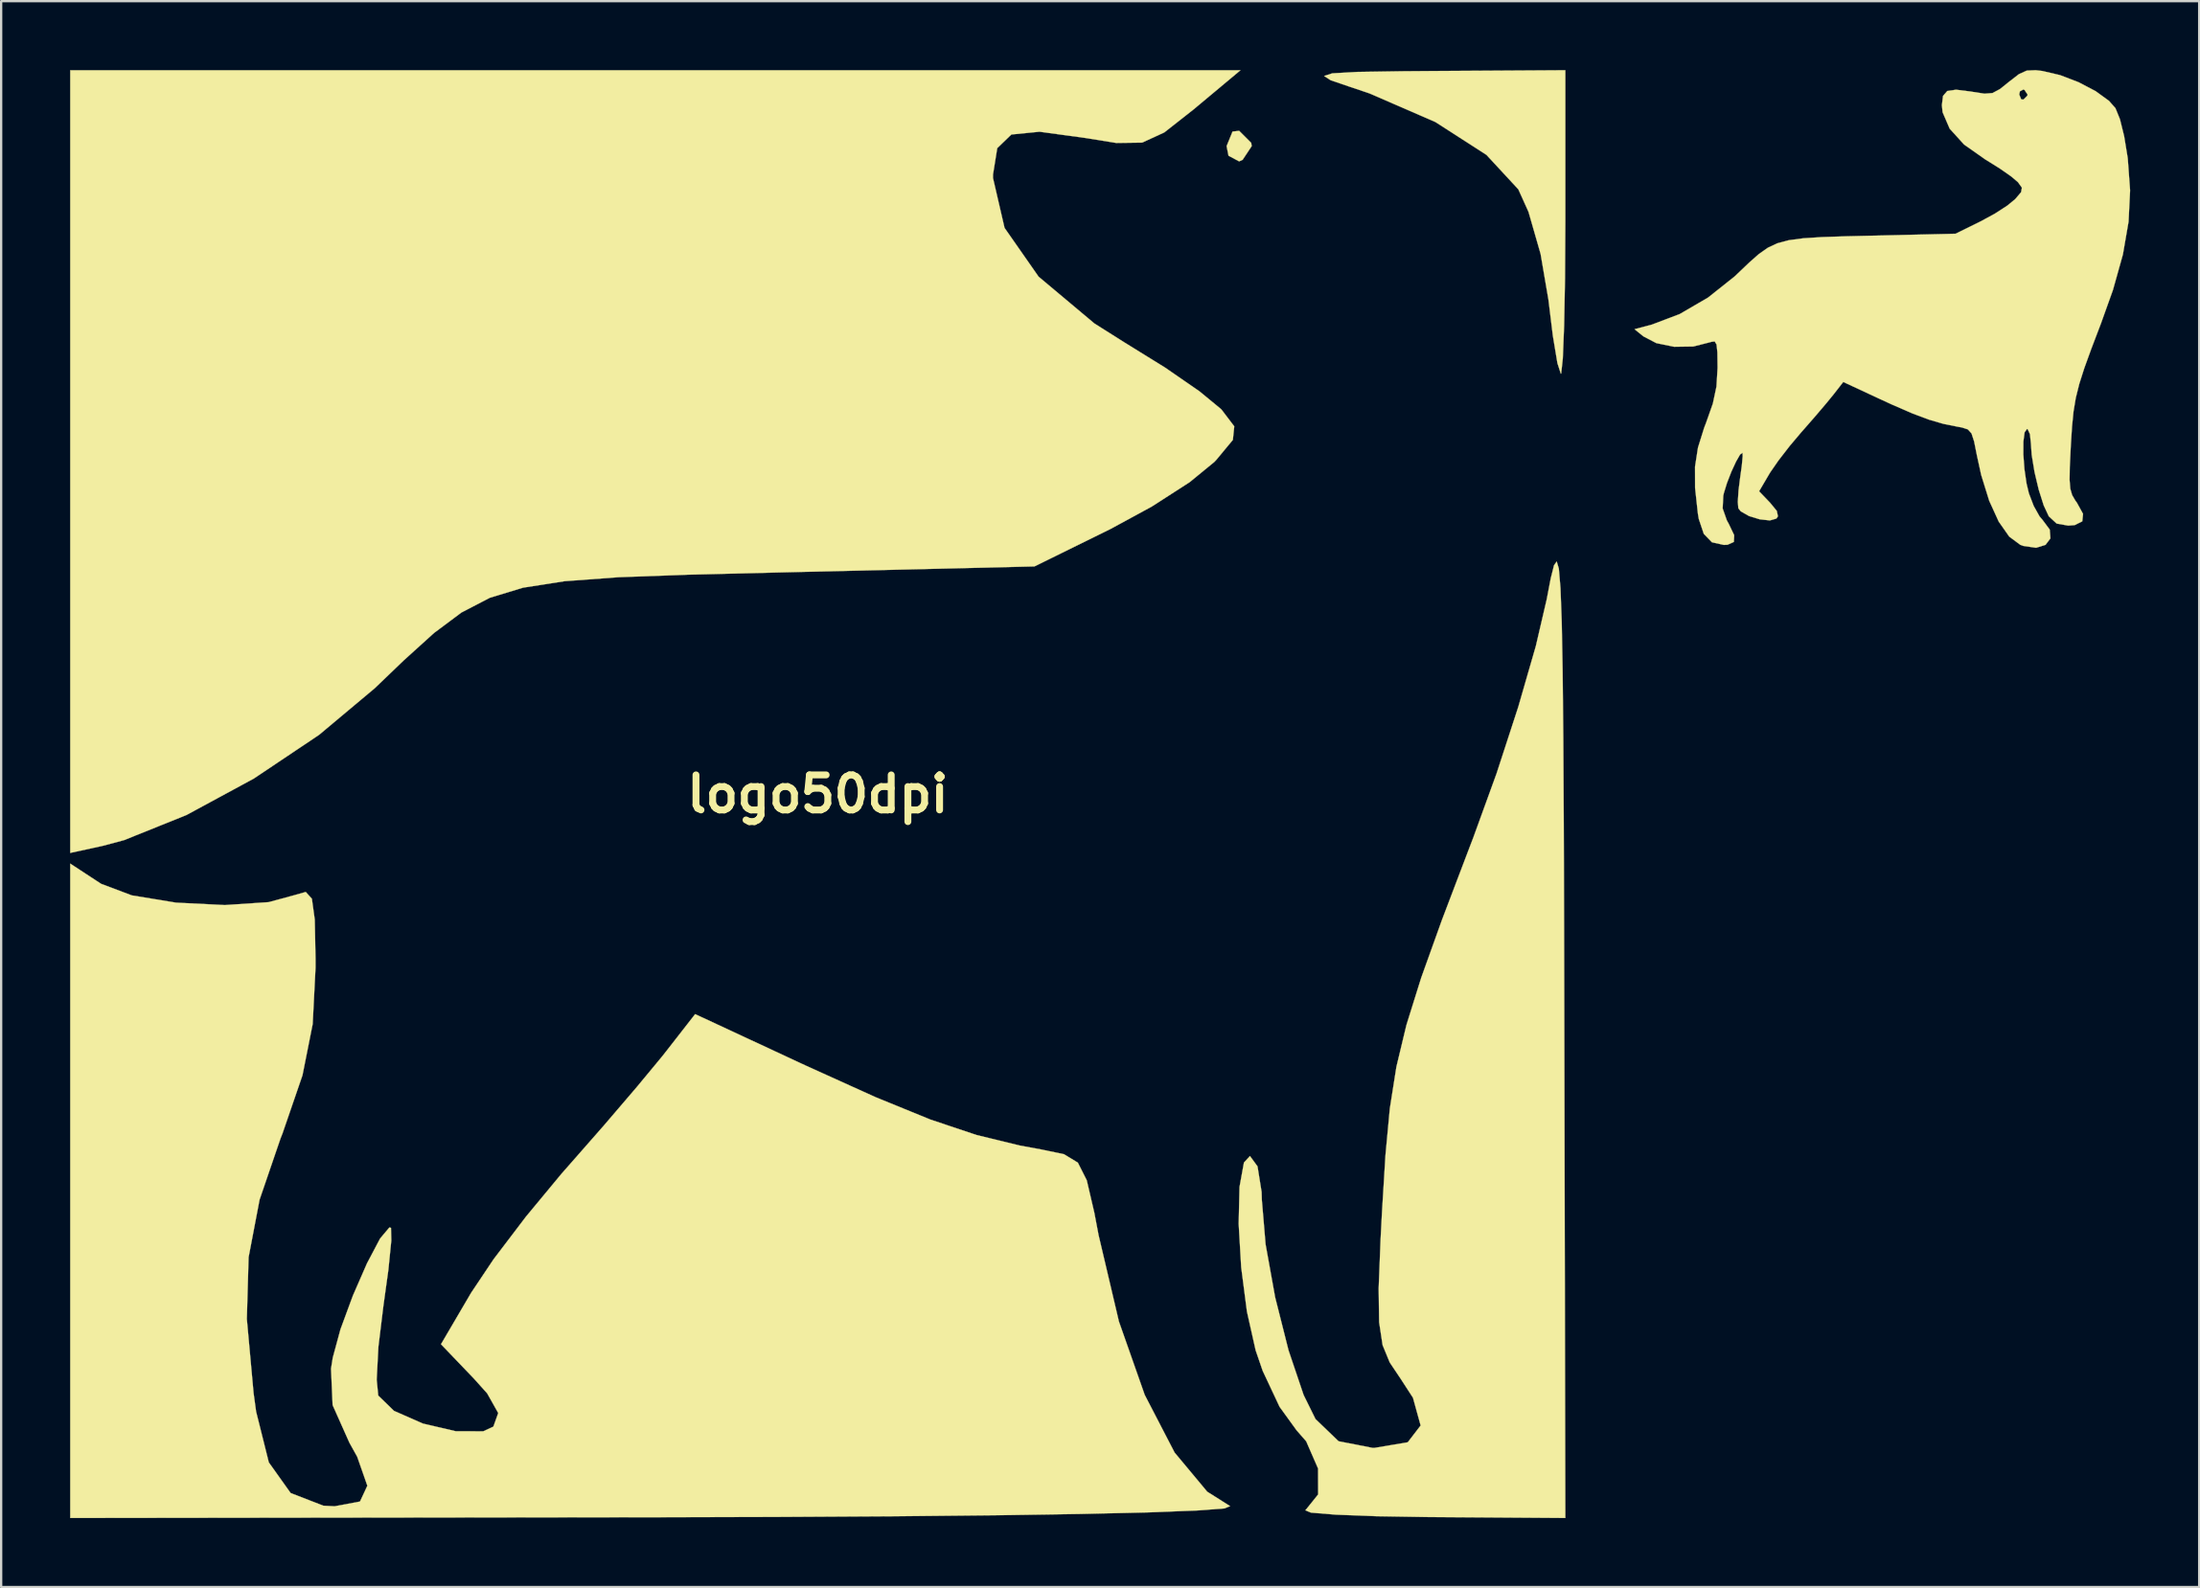
<source format=kicad_pcb>
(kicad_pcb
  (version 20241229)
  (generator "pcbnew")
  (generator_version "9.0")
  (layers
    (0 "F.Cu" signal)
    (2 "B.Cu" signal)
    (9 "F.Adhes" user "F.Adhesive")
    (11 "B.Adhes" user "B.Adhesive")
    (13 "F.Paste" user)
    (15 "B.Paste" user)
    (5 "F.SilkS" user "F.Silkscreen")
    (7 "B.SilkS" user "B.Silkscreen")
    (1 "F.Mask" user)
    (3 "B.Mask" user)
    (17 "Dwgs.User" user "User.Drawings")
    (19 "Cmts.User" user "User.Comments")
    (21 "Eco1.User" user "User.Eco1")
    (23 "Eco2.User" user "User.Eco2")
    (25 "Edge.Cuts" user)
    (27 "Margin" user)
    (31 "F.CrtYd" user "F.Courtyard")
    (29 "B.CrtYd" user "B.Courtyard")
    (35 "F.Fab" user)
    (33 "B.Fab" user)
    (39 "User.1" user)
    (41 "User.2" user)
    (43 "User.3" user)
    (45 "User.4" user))
  (footprint "logo151dpi"
    (layer "F.Cu")
    (at 78.883 10.399)
    (property "Reference" "logo151dpi" (at 0 0 0) (layer "F.SilkS") (effects (font (size 1.524 1.524) (thickness 0.3))))
    (attr through_hole)
    (fp_poly (pts (xy 6.888 -10.361) (xy 7.664 -10.18) (xy 8.47 -9.871) (xy 9.212 -9.481) (xy 9.792 -9.06) (xy 10.072 -8.741) (xy 10.267 -8.263) (xy 10.45 -7.522) (xy 10.602 -6.591) (xy 10.608 -6.54) (xy 10.708 -5.164) (xy 10.641 -3.802) (xy 10.396 -2.381) (xy 9.962 -0.831) (xy 9.443 0.62) (xy 9.027 1.712) (xy 8.717 2.566) (xy 8.497 3.258) (xy 8.346 3.864) (xy 8.247 4.459) (xy 8.182 5.118) (xy 8.131 5.916) (xy 8.126 6.022) (xy 8.085 6.856) (xy 8.076 7.428) (xy 8.107 7.814) (xy 8.186 8.088) (xy 8.322 8.324) (xy 8.399 8.431) (xy 8.662 8.911) (xy 8.629 9.234) (xy 8.3 9.398) (xy 8.015 9.42) (xy 7.514 9.331) (xy 7.178 9.02) (xy 7.167 9.004) (xy 6.951 8.539) (xy 6.736 7.86) (xy 6.552 7.086) (xy 6.429 6.339) (xy 6.395 5.845) (xy 6.353 5.44) (xy 6.254 5.225) (xy 6.224 5.215) (xy 6.119 5.366) (xy 6.067 5.765) (xy 6.065 6.324) (xy 6.112 6.961) (xy 6.204 7.588) (xy 6.306 8.016) (xy 6.517 8.567) (xy 6.77 9.019) (xy 6.895 9.166) (xy 7.214 9.594) (xy 7.243 9.976) (xy 7.031 10.257) (xy 6.622 10.385) (xy 6.065 10.305) (xy 5.937 10.259) (xy 5.453 9.9) (xy 4.994 9.245) (xy 4.58 8.336) (xy 4.232 7.214) (xy 4.044 6.354) (xy 3.925 5.757) (xy 3.812 5.41) (xy 3.654 5.235) (xy 3.395 5.151) (xy 3.22 5.12) (xy 2.59 4.993) (xy 1.959 4.809) (xy 1.242 4.54) (xy 0.356 4.155) (xy -0.168 3.914) (xy -1.766 3.17) (xy -2.187 3.71) (xy -2.499 4.092) (xy -2.951 4.624) (xy -3.457 5.205) (xy -3.583 5.347) (xy -4.098 5.957) (xy -4.581 6.581) (xy -4.941 7.101) (xy -4.992 7.185) (xy -5.427 7.926) (xy -4.952 8.422) (xy -4.657 8.781) (xy -4.608 9.014) (xy -4.672 9.113) (xy -4.956 9.195) (xy -5.398 9.147) (xy -5.865 9.004) (xy -6.223 8.801) (xy -6.33 8.665) (xy -6.352 8.386) (xy -6.321 7.891) (xy -6.256 7.371) (xy -6.179 6.815) (xy -6.141 6.409) (xy -6.146 6.25) (xy -6.254 6.328) (xy -6.43 6.635) (xy -6.634 7.077) (xy -6.824 7.565) (xy -6.96 8.008) (xy -6.985 8.121) (xy -7.012 8.674) (xy -6.83 9.193) (xy -6.745 9.346) (xy -6.51 9.839) (xy -6.525 10.131) (xy -6.798 10.253) (xy -6.959 10.261) (xy -7.477 10.146) (xy -7.832 9.78) (xy -8.049 9.133) (xy -8.089 8.898) (xy -8.211 7.776) (xy -8.214 6.858) (xy -8.085 6.026) (xy -7.817 5.166) (xy -7.738 4.962) (xy -7.438 4.11) (xy -7.281 3.37) (xy -7.233 2.569) (xy -7.233 2.501) (xy -7.241 1.883) (xy -7.277 1.54) (xy -7.358 1.407) (xy -7.502 1.423) (xy -7.527 1.433) (xy -8.289 1.627) (xy -9.12 1.639) (xy -9.895 1.481) (xy -10.461 1.185) (xy -10.844 0.875) (xy -10.09 0.675) (xy -8.878 0.215) (xy -7.648 -0.501) (xy -6.498 -1.415) (xy -6.349 -1.556) (xy -5.852 -2.03) (xy -5.436 -2.397) (xy -5.047 -2.67) (xy -4.631 -2.865) (xy -4.134 -2.997) (xy -3.505 -3.081) (xy -2.688 -3.133) (xy -1.631 -3.168) (xy -0.585 -3.193) (xy 3.12 -3.28) (xy 4.215 -3.82) (xy 4.828 -4.153) (xy 5.368 -4.503) (xy 5.711 -4.785) (xy 5.967 -5.086) (xy 6.003 -5.283) (xy 5.839 -5.512) (xy 5.818 -5.535) (xy 5.531 -5.777) (xy 5.049 -6.113) (xy 4.473 -6.474) (xy 4.423 -6.503) (xy 3.488 -7.16) (xy 2.861 -7.852) (xy 2.554 -8.566) (xy 2.523 -8.875) (xy 2.572 -9.275) (xy 2.625 -9.336) (xy 5.887 -9.336) (xy 5.973 -9.126) (xy 6.068 -9.116) (xy 6.242 -9.289) (xy 6.249 -9.336) (xy 6.118 -9.533) (xy 6.068 -9.556) (xy 5.915 -9.475) (xy 5.887 -9.336) (xy 2.625 -9.336) (xy 2.758 -9.49) (xy 3.139 -9.546) (xy 3.775 -9.467) (xy 3.86 -9.452) (xy 4.378 -9.373) (xy 4.724 -9.4) (xy 5.047 -9.573) (xy 5.429 -9.879) (xy 5.871 -10.221) (xy 6.214 -10.377) (xy 6.601 -10.394) (xy 6.888 -10.361)) (stroke (width 0.01) (type solid)) (fill yes) (layer "F.SilkS")))
  (footprint "logo50dpi"
    (layer "F.Cu")
    (at 32.517 31.501)
    (property "Reference" "logo50dpi" (at 0 0 0) (layer "F.SilkS") (effects (font (size 1.524 1.524) (thickness 0.3))))
    (attr through_hole)
    (fp_poly (pts (xy 18.851 -28.334) (xy 18.872 -28.194) (xy 18.477 -27.598) (xy 18.326 -27.529) (xy 17.863 -27.775) (xy 17.78 -28.194) (xy 18.038 -28.826) (xy 18.326 -28.859) (xy 18.851 -28.334)) (stroke (width 0.01) (type solid)) (fill yes) (layer "F.SilkS"))
    (fp_poly (pts (xy 32.512 -24.892) (xy 32.498 -22.435) (xy 32.459 -20.393) (xy 32.402 -18.954) (xy 32.332 -18.306) (xy 32.317 -18.288) (xy 32.168 -18.749) (xy 31.968 -19.953) (xy 31.778 -21.508) (xy 31.436 -23.505) (xy 30.911 -25.332) (xy 30.468 -26.313) (xy 29.08 -27.813) (xy 26.862 -29.241) (xy 23.997 -30.486) (xy 23.114 -30.784) (xy 22.303 -31.061) (xy 22.022 -31.246) (xy 22.377 -31.36) (xy 23.476 -31.422) (xy 25.428 -31.452) (xy 26.797 -31.462) (xy 32.512 -31.496) (xy 32.512 -24.892)) (stroke (width 0.01) (type solid)) (fill yes) (layer "F.SilkS"))
    (fp_poly (pts (xy 16.333 -29.782) (xy 15.07 -28.789) (xy 14.107 -28.346) (xy 12.983 -28.331) (xy 11.657 -28.545) (xy 9.645 -28.82) (xy 8.42 -28.699) (xy 7.805 -28.105) (xy 7.621 -26.961) (xy 7.62 -26.804) (xy 8.122 -24.636) (xy 9.604 -22.512) (xy 12.031 -20.476) (xy 13.357 -19.639) (xy 15.108 -18.555) (xy 16.599 -17.525) (xy 17.528 -16.76) (xy 17.571 -16.714) (xy 18.113 -16.001) (xy 18.052 -15.411) (xy 17.331 -14.541) (xy 17.246 -14.451) (xy 16.171 -13.57) (xy 14.528 -12.512) (xy 12.731 -11.535) (xy 9.423 -9.906) (xy -1.765 -9.642) (xy -5.648 -9.547) (xy -8.677 -9.436) (xy -11.014 -9.263) (xy -12.822 -8.98) (xy -14.263 -8.542) (xy -15.497 -7.901) (xy -16.689 -7.011) (xy -17.998 -5.826) (xy -19.268 -4.607) (xy -21.691 -2.577) (xy -24.528 -0.676) (xy -27.46 0.912) (xy -30.165 2.001) (xy -31.115 2.255) (xy -32.512 2.559) (xy -32.512 -31.496) (xy 18.384 -31.496) (xy 16.333 -29.782)) (stroke (width 0.01) (type solid)) (fill yes) (layer "F.SilkS"))
    (fp_poly (pts (xy 32.229 -9.811) (xy 32.301 -8.958) (xy 32.355 -7.492) (xy 32.395 -5.341) (xy 32.423 -2.433) (xy 32.444 1.301) (xy 32.458 5.933) (xy 32.466 9.525) (xy 32.512 31.496) (xy 26.543 31.456) (xy 24.29 31.42) (xy 22.535 31.353) (xy 21.449 31.264) (xy 21.202 31.163) (xy 21.209 31.16) (xy 21.761 30.472) (xy 21.758 29.344) (xy 21.241 28.159) (xy 20.823 27.681) (xy 20.083 26.658) (xy 19.35 25.095) (xy 19.045 24.208) (xy 18.664 22.512) (xy 18.415 20.59) (xy 18.305 18.697) (xy 18.342 17.092) (xy 18.534 16.032) (xy 18.796 15.748) (xy 19.124 16.197) (xy 19.302 17.31) (xy 19.312 17.653) (xy 19.475 19.59) (xy 19.891 21.894) (xy 20.473 24.201) (xy 21.13 26.147) (xy 21.646 27.192) (xy 22.65 28.158) (xy 24.136 28.448) (xy 24.204 28.448) (xy 25.658 28.203) (xy 26.219 27.473) (xy 25.886 26.266) (xy 25.364 25.46) (xy 24.874 24.728) (xy 24.565 23.976) (xy 24.414 22.981) (xy 24.393 21.516) (xy 24.478 19.358) (xy 24.539 18.186) (xy 24.69 15.707) (xy 24.88 13.676) (xy 25.165 11.866) (xy 25.601 10.047) (xy 26.243 7.993) (xy 27.147 5.473) (xy 28.368 2.261) (xy 28.502 1.912) (xy 29.523 -0.901) (xy 30.466 -3.797) (xy 31.228 -6.436) (xy 31.704 -8.48) (xy 31.708 -8.502) (xy 31.879 -9.395) (xy 32.021 -9.958) (xy 32.137 -10.12) (xy 32.229 -9.811)) (stroke (width 0.01) (type solid)) (fill yes) (layer "F.SilkS"))
    (fp_poly (pts (xy -31.17 3.904) (xy -29.837 4.407) (xy -27.908 4.724) (xy -25.788 4.829) (xy -23.883 4.702) (xy -22.733 4.39) (xy -22.27 4.258) (xy -22.003 4.552) (xy -21.878 5.457) (xy -21.844 7.159) (xy -21.844 7.552) (xy -21.968 10.004) (xy -22.412 12.235) (xy -23.281 14.766) (xy -23.368 14.986) (xy -24.278 17.648) (xy -24.755 20.149) (xy -24.832 22.836) (xy -24.539 26.059) (xy -24.428 26.871) (xy -23.876 29.078) (xy -22.927 30.411) (xy -21.507 30.962) (xy -21.015 30.988) (xy -19.91 30.781) (xy -19.59 30.094) (xy -20.031 28.833) (xy -20.369 28.225) (xy -21.101 26.584) (xy -21.17 24.999) (xy -21.095 24.526) (xy -20.759 23.287) (xy -20.221 21.826) (xy -19.606 20.418) (xy -19.036 19.337) (xy -18.633 18.857) (xy -18.562 18.874) (xy -18.549 19.427) (xy -18.676 20.697) (xy -18.892 22.261) (xy -19.11 24.045) (xy -19.185 25.477) (xy -19.117 26.169) (xy -18.433 26.835) (xy -17.174 27.389) (xy -15.745 27.722) (xy -14.55 27.725) (xy -14.109 27.521) (xy -13.898 26.93) (xy -14.379 26.075) (xy -14.954 25.434) (xy -16.388 23.937) (xy -15.076 21.698) (xy -14.098 20.236) (xy -12.694 18.388) (xy -11.136 16.507) (xy -10.819 16.147) (xy -9.288 14.401) (xy -7.858 12.729) (xy -6.786 11.434) (xy -6.604 11.204) (xy -5.334 9.574) (xy -0.508 11.82) (xy 2.515 13.188) (xy 4.9 14.162) (xy 6.901 14.832) (xy 8.773 15.289) (xy 9.724 15.464) (xy 10.707 15.669) (xy 11.311 16.036) (xy 11.698 16.804) (xy 12.027 18.216) (xy 12.212 19.19) (xy 13.096 22.946) (xy 14.219 26.141) (xy 15.519 28.651) (xy 16.936 30.352) (xy 17.931 30.981) (xy 17.69 31.081) (xy 16.491 31.171) (xy 14.394 31.252) (xy 11.456 31.321) (xy 7.736 31.378) (xy 3.292 31.422) (xy -1.817 31.451) (xy -6.731 31.464) (xy -32.512 31.496) (xy -32.512 3.025) (xy -31.17 3.904)) (stroke (width 0.01) (type solid)) (fill yes) (layer "F.SilkS")))
  (gr_rect
    (start -3 -3)
    (end 92.596 66.002)
    (stroke (width 0.1) (type default))
    (fill no)
    (layer "Edge.Cuts")))
</source>
